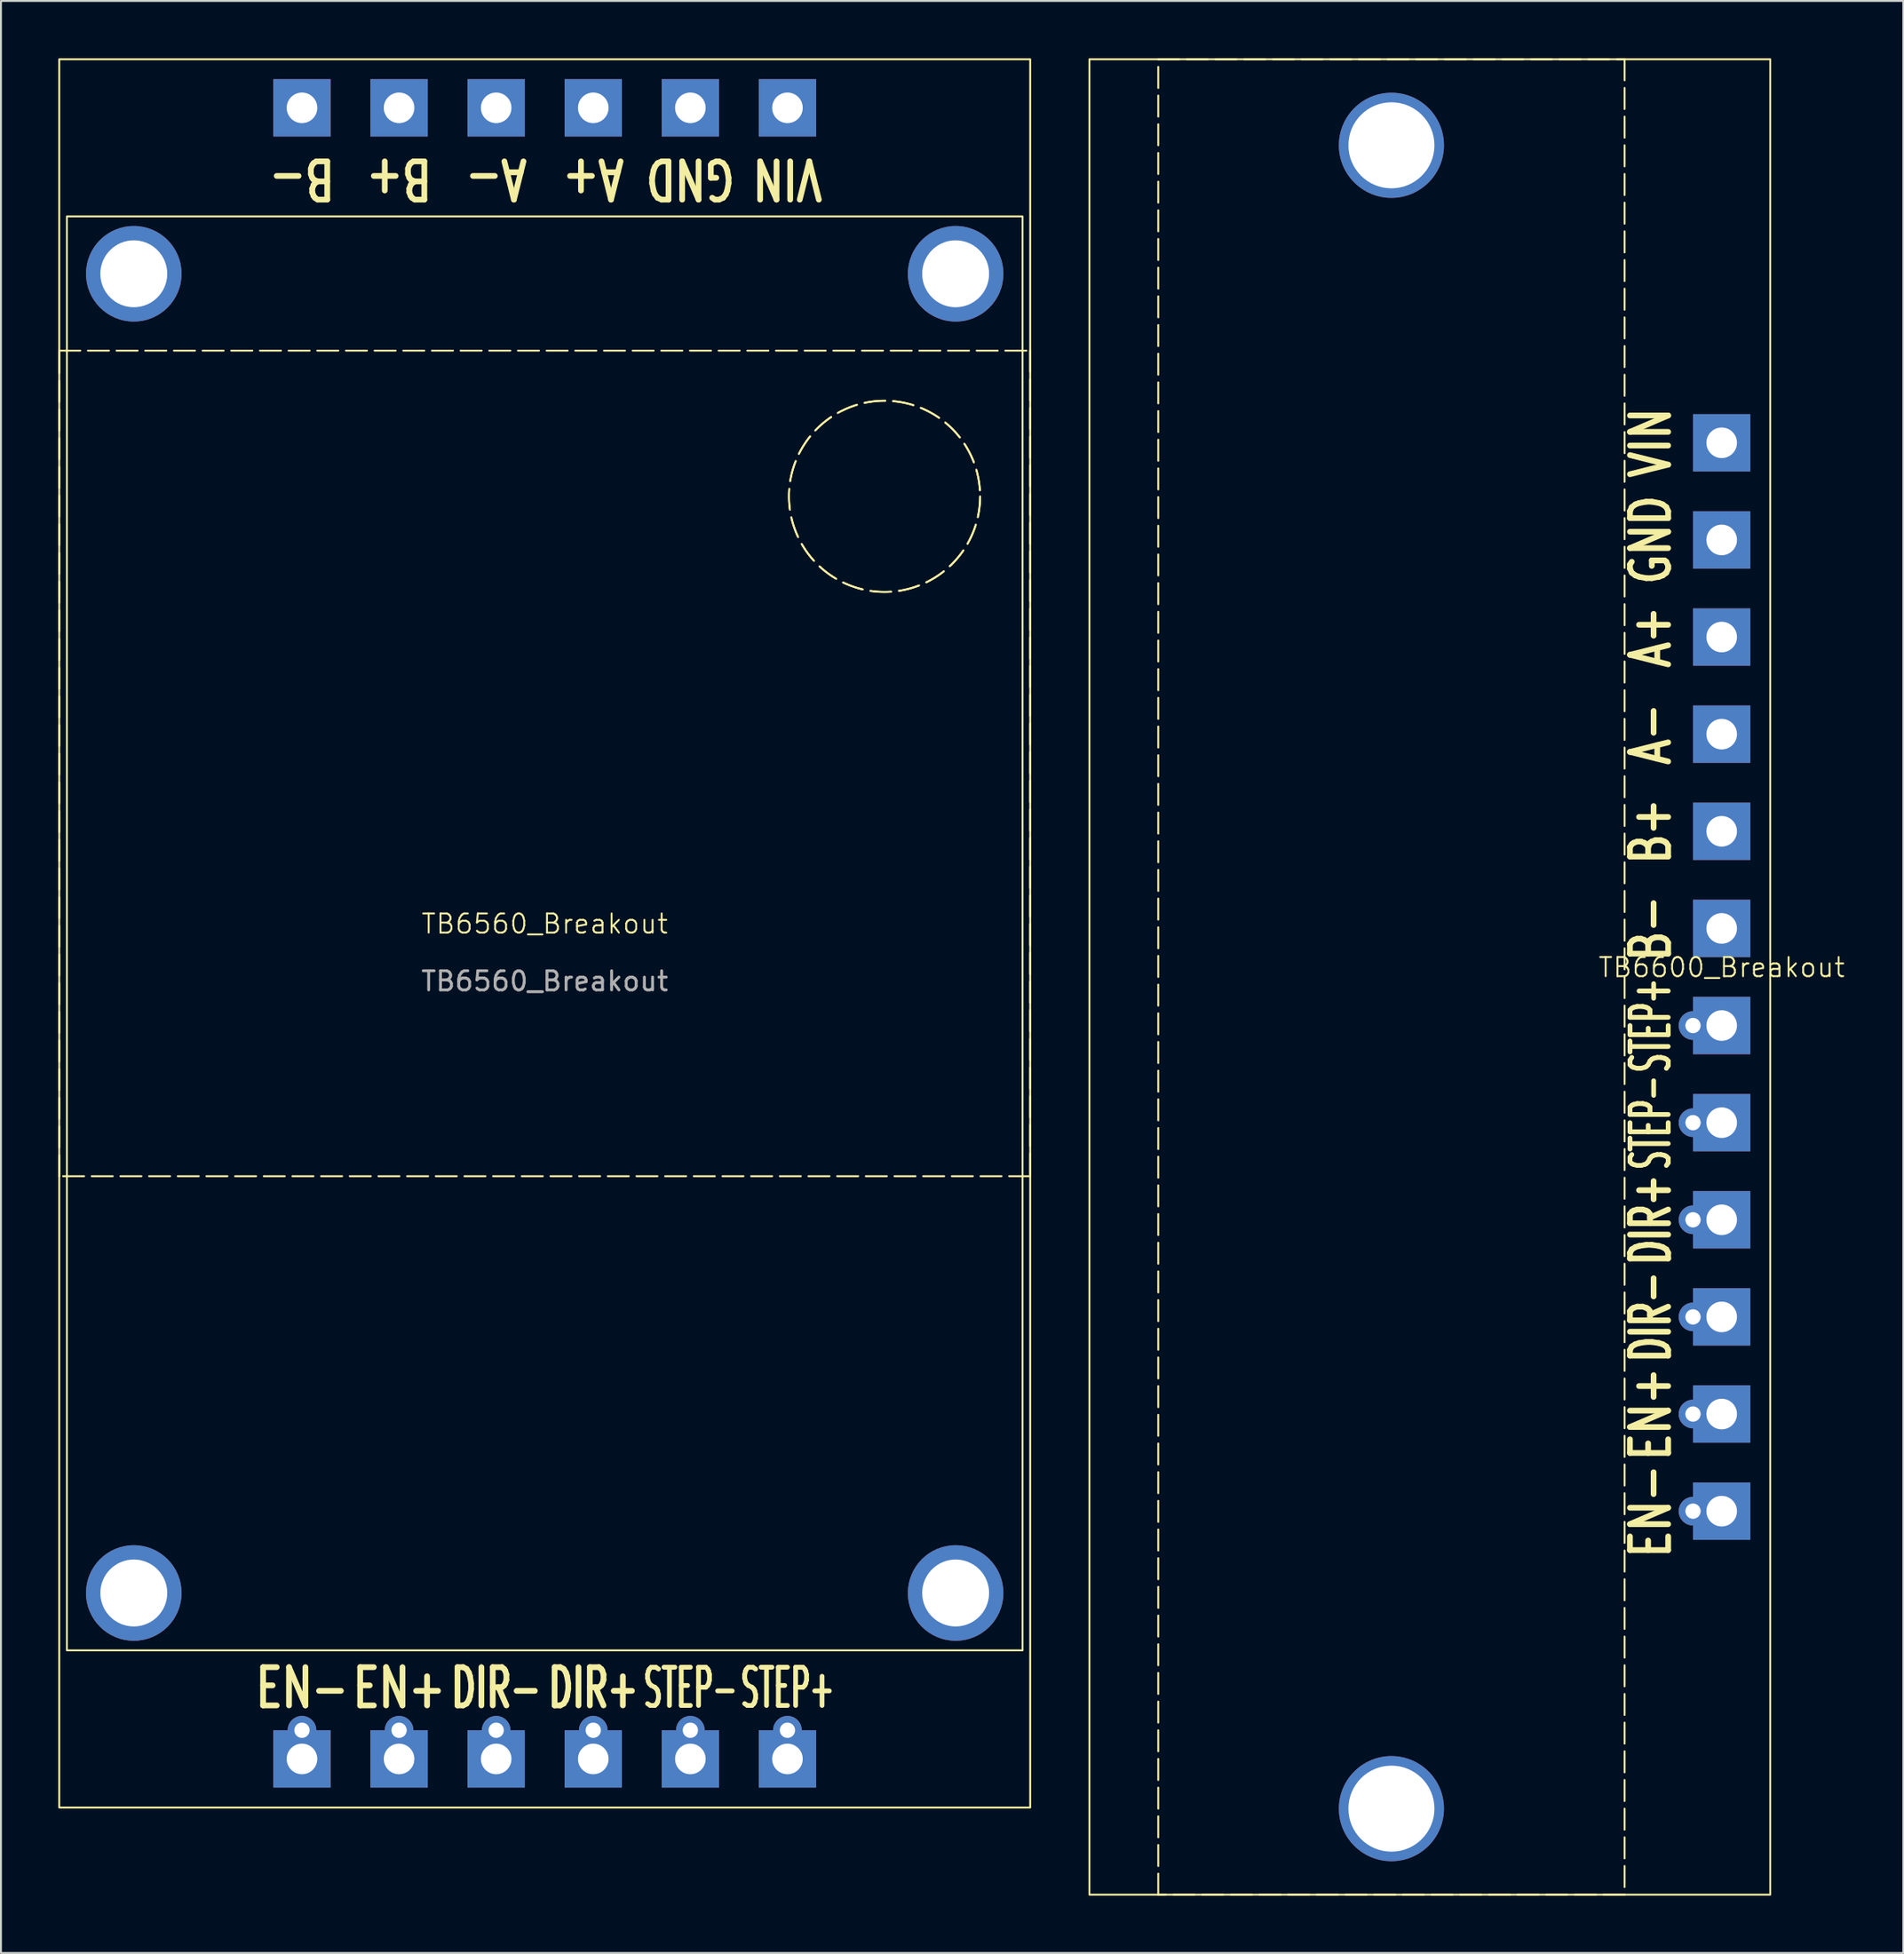
<source format=kicad_pcb>
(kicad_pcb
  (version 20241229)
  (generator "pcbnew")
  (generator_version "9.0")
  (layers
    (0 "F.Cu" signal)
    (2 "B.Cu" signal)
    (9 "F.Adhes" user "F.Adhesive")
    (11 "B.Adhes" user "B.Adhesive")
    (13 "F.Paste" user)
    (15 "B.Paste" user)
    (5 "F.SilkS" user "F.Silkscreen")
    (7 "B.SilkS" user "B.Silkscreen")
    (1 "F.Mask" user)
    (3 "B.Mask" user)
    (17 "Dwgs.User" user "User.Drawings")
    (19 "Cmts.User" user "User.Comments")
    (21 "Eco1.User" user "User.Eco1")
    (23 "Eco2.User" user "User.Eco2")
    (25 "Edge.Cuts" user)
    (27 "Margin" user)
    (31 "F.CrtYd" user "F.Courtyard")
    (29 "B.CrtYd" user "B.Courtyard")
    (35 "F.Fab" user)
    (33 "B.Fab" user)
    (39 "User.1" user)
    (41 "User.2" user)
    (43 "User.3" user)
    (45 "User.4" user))
  (footprint "TB6560_Breakout"
    (layer "F.Cu")
    (at 25.45 45.77)
    (property "Reference" "TB6560_Breakout" (at 0 -0.5 0) (unlocked yes) (layer "F.SilkS") (effects (font (size 1 1) (thickness 0.1))))
    (attr through_hole)
    (fp_rect (start -25.4 -45.72) (end 25.4 45.72) (stroke (width 0.1) (type default)) (fill no) (layer "F.SilkS"))
    (fp_rect (start -25.4 -30.48) (end 25.4 12.7) (stroke (width 0.1) (type dash)) (fill no) (layer "F.SilkS"))
    (fp_rect (start -25 -37.5) (end 25 37.5) (stroke (width 0.1) (type default)) (fill no) (layer "F.SilkS"))
    (fp_circle (center 17.78 -22.86) (end 22.78 -22.86) (stroke (width 0.1) (type dash)) (fill no) (layer "F.SilkS"))
    (fp_text user "EN-" (at -12.7 40.64 0) (unlocked yes) (layer "F.SilkS") (effects (font (size 2 1.5) (thickness 0.3) (bold yes)) (justify bottom)))
    (fp_text user "GND" (at 7.62 -40.64 180) (unlocked yes) (layer "F.SilkS") (effects (font (size 2 1.5) (thickness 0.3) (bold yes)) (justify bottom)))
    (fp_text user "DIR+" (at 2.54 40.64 0) (unlocked yes) (layer "F.SilkS") (effects (font (size 2 1.25) (thickness 0.3) (bold yes)) (justify bottom)))
    (fp_text user "EN+" (at -7.62 40.64 0) (unlocked yes) (layer "F.SilkS") (effects (font (size 2 1.5) (thickness 0.3) (bold yes)) (justify bottom)))
    (fp_text user "B+" (at -7.62 -40.64 180) (unlocked yes) (layer "F.SilkS") (effects (font (size 2 1.5) (thickness 0.3) (bold yes)) (justify bottom)))
    (fp_text user "DIR-" (at -2.54 40.64 0) (unlocked yes) (layer "F.SilkS") (effects (font (size 2 1.25) (thickness 0.3) (bold yes)) (justify bottom)))
    (fp_text user "B-" (at -12.7 -40.64 180) (unlocked yes) (layer "F.SilkS") (effects (font (size 2 1.5) (thickness 0.3) (bold yes)) (justify bottom)))
    (fp_text user "A+" (at 2.54 -40.64 180) (unlocked yes) (layer "F.SilkS") (effects (font (size 2 1.5) (thickness 0.3) (bold yes)) (justify bottom)))
    (fp_text user "VIN" (at 12.7 -40.64 180) (unlocked yes) (layer "F.SilkS") (effects (font (size 2 1.5) (thickness 0.3) (bold yes)) (justify bottom)))
    (fp_text user "STEP-" (at 7.62 40.64 0) (unlocked yes) (layer "F.SilkS") (effects (font (size 2 1) (thickness 0.25) (bold yes)) (justify bottom)))
    (fp_text user "STEP+" (at 12.7 40.64 0) (unlocked yes) (layer "F.SilkS") (effects (font (size 2 1) (thickness 0.25) (bold yes)) (justify bottom)))
    (fp_text user "A-" (at -2.54 -40.64 180) (unlocked yes) (layer "F.SilkS") (effects (font (size 2 1.5) (thickness 0.3) (bold yes)) (justify bottom)))
    (fp_text user "${REFERENCE}" (at 0 2.5 0) (unlocked yes) (layer "F.Fab") (effects (font (size 1 1) (thickness 0.15))))
    (pad "" np_thru_hole circle (at -21.5 -34.5) (size 5 5) (drill 3.5) (layers "*.Cu" "*.Mask"))
    (pad "" np_thru_hole circle (at -21.5 34.5) (size 5 5) (drill 3.5) (layers "*.Cu" "*.Mask"))
    (pad "" np_thru_hole circle (at 21.5 -34.5) (size 5 5) (drill 3.5) (layers "*.Cu" "*.Mask"))
    (pad "" np_thru_hole circle (at 21.5 34.5) (size 5 5) (drill 3.5) (layers "*.Cu" "*.Mask"))
    (pad "1" thru_hole rect (at 12.7 -43.18) (size 3 3) (drill 1.6) (layers "*.Cu" "*.Mask"))
    (pad "2" thru_hole rect (at 7.62 -43.18) (size 3 3) (drill 1.6) (layers "*.Cu" "*.Mask"))
    (pad "3" thru_hole circle (at -7.62 41.68) (size 1.5 1.5) (drill 0.8) (layers "*.Cu" "*.Mask"))
    (pad "3" thru_hole rect (at -7.62 43.18) (size 3 3) (drill 1.6) (layers "*.Cu" "*.Mask"))
    (pad "4" thru_hole circle (at -12.7 41.68) (size 1.5 1.5) (drill 0.8) (layers "*.Cu" "*.Mask"))
    (pad "4" thru_hole rect (at -12.7 43.18) (size 3 3) (drill 1.6) (layers "*.Cu" "*.Mask"))
    (pad "5" thru_hole circle (at 12.7 41.68) (size 1.5 1.5) (drill 0.8) (layers "*.Cu" "*.Mask"))
    (pad "5" thru_hole rect (at 12.7 43.18) (size 3 3) (drill 1.6) (layers "*.Cu" "*.Mask"))
    (pad "6" thru_hole circle (at 7.62 41.68) (size 1.5 1.5) (drill 0.8) (layers "*.Cu" "*.Mask"))
    (pad "6" thru_hole rect (at 7.62 43.18) (size 3 3) (drill 1.6) (layers "*.Cu" "*.Mask"))
    (pad "7" thru_hole circle (at 2.54 41.68) (size 1.5 1.5) (drill 0.8) (layers "*.Cu" "*.Mask"))
    (pad "7" thru_hole rect (at 2.54 43.18) (size 3 3) (drill 1.6) (layers "*.Cu" "*.Mask"))
    (pad "8" thru_hole circle (at -2.54 41.68) (size 1.5 1.5) (drill 0.8) (layers "*.Cu" "*.Mask"))
    (pad "8" thru_hole rect (at -2.54 43.18) (size 3 3) (drill 1.6) (layers "*.Cu" "*.Mask"))
    (pad "9" thru_hole rect (at 2.54 -43.18) (size 3 3) (drill 1.6) (layers "*.Cu" "*.Mask"))
    (pad "10" thru_hole rect (at -2.54 -43.18) (size 3 3) (drill 1.6) (layers "*.Cu" "*.Mask"))
    (pad "11" thru_hole rect (at -7.62 -43.18) (size 3 3) (drill 1.6) (layers "*.Cu" "*.Mask"))
    (pad "12" thru_hole rect (at -12.7 -43.18) (size 3 3) (drill 1.6) (layers "*.Cu" "*.Mask")))
  (footprint "TB6600_Breakout"
    (layer "F.Cu")
    (at 87.03 48.05)
    (property "Reference" "TB6600_Breakout" (at 0 -0.5 0) (unlocked yes) (layer "F.SilkS") (effects (font (size 1 1) (thickness 0.1))))
    (attr through_hole)
    (fp_rect (start -33.08 -48) (end 2.54 48) (stroke (width 0.1) (type default)) (fill no) (layer "F.SilkS"))
    (fp_rect (start -29.48 -48) (end -5.08 48) (stroke (width 0.1) (type dash)) (fill no) (layer "F.SilkS"))
    (fp_text user "DIR+" (at -2.54 12.7 90) (unlocked yes) (layer "F.SilkS") (effects (font (size 2 1.25) (thickness 0.3) (bold yes)) (justify bottom)))
    (fp_text user "EN+" (at -2.54 22.86 90) (unlocked yes) (layer "F.SilkS") (effects (font (size 2 1.5) (thickness 0.3) (bold yes)) (justify bottom)))
    (fp_text user "STEP+" (at -2.54 2.54 90) (unlocked yes) (layer "F.SilkS") (effects (font (size 2 1) (thickness 0.25) (bold yes)) (justify bottom)))
    (fp_text user "STEP-" (at -2.54 7.62 90) (unlocked yes) (layer "F.SilkS") (effects (font (size 2 1) (thickness 0.25) (bold yes)) (justify bottom)))
    (fp_text user "B-" (at -2.54 -2.54 90) (unlocked yes) (layer "F.SilkS") (effects (font (size 2 1.5) (thickness 0.3) (bold yes)) (justify bottom)))
    (fp_text user "EN-" (at -2.54 27.94 90) (unlocked yes) (layer "F.SilkS") (effects (font (size 2 1.5) (thickness 0.3) (bold yes)) (justify bottom)))
    (fp_text user "DIR-" (at -2.54 17.78 90) (unlocked yes) (layer "F.SilkS") (effects (font (size 2 1.25) (thickness 0.3) (bold yes)) (justify bottom)))
    (fp_text user "A+" (at -2.54 -17.78 90) (unlocked yes) (layer "F.SilkS") (effects (font (size 2 1.5) (thickness 0.3) (bold yes)) (justify bottom)))
    (fp_text user "B+" (at -2.54 -7.62 90) (unlocked yes) (layer "F.SilkS") (effects (font (size 2 1.5) (thickness 0.3) (bold yes)) (justify bottom)))
    (fp_text user "VIN" (at -2.54 -27.94 90) (unlocked yes) (layer "F.SilkS") (effects (font (size 2 1.5) (thickness 0.3) (bold yes)) (justify bottom)))
    (fp_text user "A-" (at -2.54 -12.7 90) (unlocked yes) (layer "F.SilkS") (effects (font (size 2 1.5) (thickness 0.3) (bold yes)) (justify bottom)))
    (fp_text user "GND" (at -2.54 -22.86 90) (unlocked yes) (layer "F.SilkS") (effects (font (size 2 1.5) (thickness 0.3) (bold yes)) (justify bottom)))
    (pad "" np_thru_hole circle (at -17.28 -43.5) (size 5.5 5.5) (drill 4.5) (layers "*.Cu" "*.Mask"))
    (pad "" np_thru_hole circle (at -17.28 43.5) (size 5.5 5.5) (drill 4.5) (layers "*.Cu" "*.Mask"))
    (pad "1" thru_hole rect (at 0 -27.94 270) (size 3 3) (drill 1.6) (layers "*.Cu" "*.Mask"))
    (pad "2" thru_hole rect (at 0 -22.86 270) (size 3 3) (drill 1.6) (layers "*.Cu" "*.Mask"))
    (pad "3" thru_hole circle (at -1.5 22.86 90) (size 1.5 1.5) (drill 0.8) (layers "*.Cu" "*.Mask"))
    (pad "3" thru_hole rect (at 0 22.86 90) (size 3 3) (drill 1.6) (layers "*.Cu" "*.Mask"))
    (pad "4" thru_hole circle (at -1.5 27.94 90) (size 1.5 1.5) (drill 0.8) (layers "*.Cu" "*.Mask"))
    (pad "4" thru_hole rect (at 0 27.94 90) (size 3 3) (drill 1.6) (layers "*.Cu" "*.Mask"))
    (pad "5" thru_hole circle (at -1.5 2.54 90) (size 1.5 1.5) (drill 0.8) (layers "*.Cu" "*.Mask"))
    (pad "5" thru_hole rect (at 0 2.54 90) (size 3 3) (drill 1.6) (layers "*.Cu" "*.Mask"))
    (pad "6" thru_hole circle (at -1.5 7.62 90) (size 1.5 1.5) (drill 0.8) (layers "*.Cu" "*.Mask"))
    (pad "6" thru_hole rect (at 0 7.62 90) (size 3 3) (drill 1.6) (layers "*.Cu" "*.Mask"))
    (pad "7" thru_hole circle (at -1.5 12.7 90) (size 1.5 1.5) (drill 0.8) (layers "*.Cu" "*.Mask"))
    (pad "7" thru_hole rect (at 0 12.7 90) (size 3 3) (drill 1.6) (layers "*.Cu" "*.Mask"))
    (pad "8" thru_hole circle (at -1.5 17.78 90) (size 1.5 1.5) (drill 0.8) (layers "*.Cu" "*.Mask"))
    (pad "8" thru_hole rect (at 0 17.78 90) (size 3 3) (drill 1.6) (layers "*.Cu" "*.Mask"))
    (pad "9" thru_hole rect (at 0 -17.78 270) (size 3 3) (drill 1.6) (layers "*.Cu" "*.Mask"))
    (pad "10" thru_hole rect (at 0 -12.7 270) (size 3 3) (drill 1.6) (layers "*.Cu" "*.Mask"))
    (pad "11" thru_hole rect (at 0 -7.62 270) (size 3 3) (drill 1.6) (layers "*.Cu" "*.Mask"))
    (pad "12" thru_hole rect (at 0 -2.54 270) (size 3 3) (drill 1.6) (layers "*.Cu" "*.Mask")))
  (gr_rect
    (start -3 -3)
    (end 96.532 99.1)
    (stroke (width 0.1) (type default))
    (fill no)
    (layer "Edge.Cuts")))
</source>
